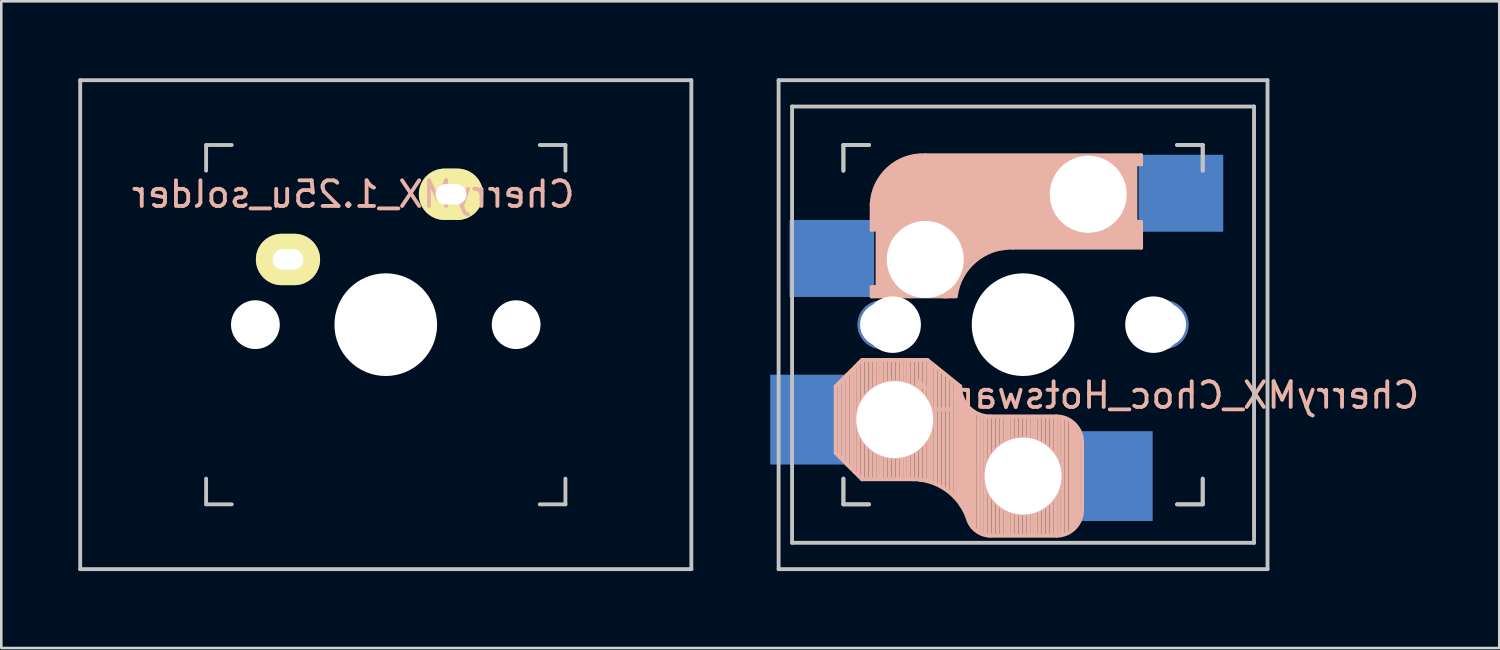
<source format=kicad_pcb>
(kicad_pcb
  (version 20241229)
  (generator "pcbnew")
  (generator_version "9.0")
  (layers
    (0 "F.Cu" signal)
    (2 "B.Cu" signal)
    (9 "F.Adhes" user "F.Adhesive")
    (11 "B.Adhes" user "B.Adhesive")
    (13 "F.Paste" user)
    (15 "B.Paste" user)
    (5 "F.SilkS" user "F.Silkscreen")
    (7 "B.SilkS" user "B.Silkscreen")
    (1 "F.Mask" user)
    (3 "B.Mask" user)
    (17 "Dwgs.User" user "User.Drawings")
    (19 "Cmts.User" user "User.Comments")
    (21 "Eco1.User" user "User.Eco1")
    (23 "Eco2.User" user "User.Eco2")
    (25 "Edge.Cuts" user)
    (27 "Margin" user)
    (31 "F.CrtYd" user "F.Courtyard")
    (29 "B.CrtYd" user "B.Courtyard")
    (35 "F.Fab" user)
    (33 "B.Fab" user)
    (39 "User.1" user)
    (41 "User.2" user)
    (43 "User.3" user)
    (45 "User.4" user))
  (footprint "CherryMX_1.25u_solder"
    (layer "F.Cu")
    (at 11.981 9.6)
    (property "Reference" "CherryMX_1.25u_solder" (at -1.27 -5.08 180) (layer "B.SilkS") (effects (font (size 1 1) (thickness 0.15)) (justify mirror)))
    (attr through_hole)
    (fp_line (start -11.906 -9.525) (end 11.906 -9.525) (stroke (width 0.15) (type solid)) (layer "Dwgs.User"))
    (fp_line (start -11.906 9.525) (end -11.906 -9.525) (stroke (width 0.15) (type solid)) (layer "Dwgs.User"))
    (fp_line (start -7 -7) (end -6 -7) (stroke (width 0.15) (type solid)) (layer "Dwgs.User"))
    (fp_line (start -7 -6) (end -7 -7) (stroke (width 0.15) (type solid)) (layer "Dwgs.User"))
    (fp_line (start -7 6) (end -7 7) (stroke (width 0.15) (type solid)) (layer "Dwgs.User"))
    (fp_line (start -6 7) (end -7 7) (stroke (width 0.15) (type solid)) (layer "Dwgs.User"))
    (fp_line (start 6 7) (end 7 7) (stroke (width 0.15) (type solid)) (layer "Dwgs.User"))
    (fp_line (start 7 -7) (end 6 -7) (stroke (width 0.15) (type solid)) (layer "Dwgs.User"))
    (fp_line (start 7 -6) (end 7 -7) (stroke (width 0.15) (type solid)) (layer "Dwgs.User"))
    (fp_line (start 7 7) (end 7 6) (stroke (width 0.15) (type solid)) (layer "Dwgs.User"))
    (fp_line (start 11.906 -9.525) (end 11.906 9.525) (stroke (width 0.15) (type solid)) (layer "Dwgs.User"))
    (fp_line (start 11.906 9.525) (end -11.906 9.525) (stroke (width 0.15) (type solid)) (layer "Dwgs.User"))
    (pad "" np_thru_hole circle (at -5.08 0 90) (size 1.9 1.9) (drill 1.9) (layers "*.Cu" "*.Mask"))
    (pad "" np_thru_hole circle (at 0 0 90) (size 4 4) (drill 4) (layers "*.Cu" "*.Mask"))
    (pad "" np_thru_hole circle (at 5.08 0 90) (size 1.9 1.9) (drill 1.9) (layers "*.Cu" "*.Mask"))
    (pad "1" thru_hole oval (at -3.81 -2.54) (size 2.5 2) (drill oval 1.2 0.8) (layers "*.Cu" "B.Mask" "F.SilkS"))
    (pad "2" thru_hole oval (at 2.54 -5.08) (size 2.5 2) (drill oval 1.2 0.8) (layers "*.Cu" "B.Mask" "F.SilkS")))
  (footprint "CherryMX_Choc_Hotswap_1u"
    (layer "F.Cu")
    (at 36.812 9.6)
    (property "Reference" "CherryMX_Choc_Hotswap_1u" (at 5 2.75 0) (layer "B.SilkS") (effects (font (size 1 1) (thickness 0.15)) (justify mirror)))
    (attr smd)
    (fp_line (start -7.3 2.4) (end -7.3 5) (stroke (width 0.15) (type solid)) (layer "B.SilkS"))
    (fp_line (start -7.3 2.4) (end -6.275 1.375) (stroke (width 0.15) (type solid)) (layer "B.SilkS"))
    (fp_line (start -7.3 5) (end -6.275 6.025) (stroke (width 0.15) (type solid)) (layer "B.SilkS"))
    (fp_line (start -7.15 5.15) (end -7.15 2.25) (stroke (width 0.15) (type solid)) (layer "B.SilkS"))
    (fp_line (start -7 5.25) (end -7 2.1) (stroke (width 0.15) (type solid)) (layer "B.SilkS"))
    (fp_line (start -6.85 5.45) (end -6.85 1.95) (stroke (width 0.15) (type solid)) (layer "B.SilkS"))
    (fp_line (start -6.7 5.6) (end -6.7 1.8) (stroke (width 0.15) (type solid)) (layer "B.SilkS"))
    (fp_line (start -6.55 5.75) (end -6.55 1.65) (stroke (width 0.15) (type solid)) (layer "B.SilkS"))
    (fp_line (start -6.4 5.85) (end -6.4 1.5) (stroke (width 0.15) (type solid)) (layer "B.SilkS"))
    (fp_line (start -6.25 6) (end -6.25 1.4) (stroke (width 0.15) (type solid)) (layer "B.SilkS"))
    (fp_line (start -6.1 6) (end -6.1 1.4) (stroke (width 0.15) (type solid)) (layer "B.SilkS"))
    (fp_line (start -5.95 6) (end -5.95 1.4) (stroke (width 0.15) (type solid)) (layer "B.SilkS"))
    (fp_line (start -5.9 -4.7) (end -5.9 -3.7) (stroke (width 0.15) (type solid)) (layer "B.SilkS"))
    (fp_line (start -5.9 -3.7) (end -5.7 -3.7) (stroke (width 0.15) (type solid)) (layer "B.SilkS"))
    (fp_line (start -5.9 -1.1) (end -5.9 -1.46) (stroke (width 0.15) (type solid)) (layer "B.SilkS"))
    (fp_line (start -5.9 -1.1) (end -2.62 -1.1) (stroke (width 0.15) (type solid)) (layer "B.SilkS"))
    (fp_line (start -5.8 -3.8) (end -5.8 -4.7) (stroke (width 0.3) (type solid)) (layer "B.SilkS"))
    (fp_line (start -5.8 6) (end -5.8 1.4) (stroke (width 0.15) (type solid)) (layer "B.SilkS"))
    (fp_line (start -5.7 -1.46) (end -5.9 -1.46) (stroke (width 0.15) (type solid)) (layer "B.SilkS"))
    (fp_line (start -5.7 -1.3) (end -3 -1.3) (stroke (width 0.5) (type solid)) (layer "B.SilkS"))
    (fp_line (start -5.67 -3.7) (end -5.67 -1.46) (stroke (width 0.15) (type solid)) (layer "B.SilkS"))
    (fp_line (start -5.65 6) (end -5.65 1.4) (stroke (width 0.15) (type solid)) (layer "B.SilkS"))
    (fp_line (start -5.5 6) (end -5.5 1.4) (stroke (width 0.15) (type solid)) (layer "B.SilkS"))
    (fp_line (start -5.35 6) (end -5.35 1.4) (stroke (width 0.15) (type solid)) (layer "B.SilkS"))
    (fp_line (start -5.3 -1.6) (end -5.3 -3.4) (stroke (width 0.8) (type solid)) (layer "B.SilkS"))
    (fp_line (start -5.2 6) (end -5.2 1.4) (stroke (width 0.15) (type solid)) (layer "B.SilkS"))
    (fp_line (start -5.05 6) (end -5.05 1.4) (stroke (width 0.15) (type solid)) (layer "B.SilkS"))
    (fp_line (start -4.9 6) (end -4.9 1.4) (stroke (width 0.15) (type solid)) (layer "B.SilkS"))
    (fp_line (start -4.75 6) (end -4.75 1.4) (stroke (width 0.15) (type solid)) (layer "B.SilkS"))
    (fp_line (start -4.6 6) (end -4.6 1.4) (stroke (width 0.15) (type solid)) (layer "B.SilkS"))
    (fp_line (start -4.45 6) (end -4.45 1.4) (stroke (width 0.15) (type solid)) (layer "B.SilkS"))
    (fp_line (start -4.3 6) (end -4.3 1.4) (stroke (width 0.15) (type solid)) (layer "B.SilkS"))
    (fp_line (start -4.3 6.025) (end -6.275 6.025) (stroke (width 0.15) (type solid)) (layer "B.SilkS"))
    (fp_line (start -4.17 -5.1) (end -4.17 -2.86) (stroke (width 3) (type solid)) (layer "B.SilkS"))
    (fp_line (start -4.15 6) (end -4.15 1.45) (stroke (width 0.15) (type solid)) (layer "B.SilkS"))
    (fp_line (start -4 6.05) (end -4 1.4) (stroke (width 0.15) (type solid)) (layer "B.SilkS"))
    (fp_line (start -3.85 6.05) (end -3.85 1.4) (stroke (width 0.15) (type solid)) (layer "B.SilkS"))
    (fp_line (start -3.725 1.375) (end -6.275 1.375) (stroke (width 0.15) (type solid)) (layer "B.SilkS"))
    (fp_line (start -3.725 1.375) (end -2.45 2.4) (stroke (width 0.15) (type solid)) (layer "B.SilkS"))
    (fp_line (start -3.7 6.05) (end -3.7 1.45) (stroke (width 0.15) (type solid)) (layer "B.SilkS"))
    (fp_line (start -3.55 6.1) (end -3.55 1.55) (stroke (width 0.15) (type solid)) (layer "B.SilkS"))
    (fp_line (start -3.4 6.2) (end -3.4 1.65) (stroke (width 0.15) (type solid)) (layer "B.SilkS"))
    (fp_line (start -3.25 6.25) (end -3.25 1.8) (stroke (width 0.15) (type solid)) (layer "B.SilkS"))
    (fp_line (start -3.1 6.35) (end -3.1 1.9) (stroke (width 0.15) (type solid)) (layer "B.SilkS"))
    (fp_line (start -2.95 6.45) (end -2.95 2.05) (stroke (width 0.15) (type solid)) (layer "B.SilkS"))
    (fp_line (start -2.8 6.55) (end -2.8 2.15) (stroke (width 0.15) (type solid)) (layer "B.SilkS"))
    (fp_line (start -2.65 6.7) (end -2.65 2.25) (stroke (width 0.15) (type solid)) (layer "B.SilkS"))
    (fp_line (start -2.5 6.85) (end -2.5 2.4) (stroke (width 0.15) (type solid)) (layer "B.SilkS"))
    (fp_line (start -2.4 7.05) (end -2.4 2.9) (stroke (width 0.15) (type solid)) (layer "B.SilkS"))
    (fp_line (start -2.3 7.2) (end -2.3 3.05) (stroke (width 0.15) (type solid)) (layer "B.SilkS"))
    (fp_line (start -2.2 7.4) (end -2.2 3.25) (stroke (width 0.15) (type solid)) (layer "B.SilkS"))
    (fp_line (start -2.1 7.55) (end -2.1 3.35) (stroke (width 0.15) (type solid)) (layer "B.SilkS"))
    (fp_line (start -2 7.8) (end -2 3.4) (stroke (width 0.15) (type solid)) (layer "B.SilkS"))
    (fp_line (start -1.9 7.95) (end -1.9 3.45) (stroke (width 0.15) (type solid)) (layer "B.SilkS"))
    (fp_line (start -1.75 8.05) (end -1.75 3.5) (stroke (width 0.15) (type solid)) (layer "B.SilkS"))
    (fp_line (start -1.6 8.15) (end -1.6 3.6) (stroke (width 0.15) (type solid)) (layer "B.SilkS"))
    (fp_line (start -1.45 8.2) (end -1.45 3.6) (stroke (width 0.15) (type solid)) (layer "B.SilkS"))
    (fp_line (start -1.3 8.2) (end -1.3 3.6) (stroke (width 0.15) (type solid)) (layer "B.SilkS"))
    (fp_line (start -1.15 8.2) (end -1.15 3.65) (stroke (width 0.15) (type solid)) (layer "B.SilkS"))
    (fp_line (start -1 8.2) (end -1 3.6) (stroke (width 0.15) (type solid)) (layer "B.SilkS"))
    (fp_line (start -0.85 8.2) (end -0.85 3.6) (stroke (width 0.15) (type solid)) (layer "B.SilkS"))
    (fp_line (start -0.7 8.2) (end -0.7 3.6) (stroke (width 0.15) (type solid)) (layer "B.SilkS"))
    (fp_line (start -0.55 8.2) (end -0.55 3.6) (stroke (width 0.15) (type solid)) (layer "B.SilkS"))
    (fp_line (start -0.4 -3) (end 4.6 -3) (stroke (width 0.15) (type solid)) (layer "B.SilkS"))
    (fp_line (start -0.4 8.2) (end -0.4 3.6) (stroke (width 0.15) (type solid)) (layer "B.SilkS"))
    (fp_line (start -0.25 8.2) (end -0.25 3.6) (stroke (width 0.15) (type solid)) (layer "B.SilkS"))
    (fp_line (start -0.1 8.2) (end -0.1 3.6) (stroke (width 0.15) (type solid)) (layer "B.SilkS"))
    (fp_line (start 0.05 8.2) (end 0.05 3.6) (stroke (width 0.15) (type solid)) (layer "B.SilkS"))
    (fp_line (start 0.2 8.2) (end 0.2 3.6) (stroke (width 0.15) (type solid)) (layer "B.SilkS"))
    (fp_line (start 0.35 8.2) (end 0.35 3.6) (stroke (width 0.15) (type solid)) (layer "B.SilkS"))
    (fp_line (start 0.5 8.2) (end 0.5 3.6) (stroke (width 0.15) (type solid)) (layer "B.SilkS"))
    (fp_line (start 0.65 8.2) (end 0.65 3.6) (stroke (width 0.15) (type solid)) (layer "B.SilkS"))
    (fp_line (start 0.8 8.2) (end 0.8 3.6) (stroke (width 0.15) (type solid)) (layer "B.SilkS"))
    (fp_line (start 0.95 8.2) (end 0.95 3.6) (stroke (width 0.15) (type solid)) (layer "B.SilkS"))
    (fp_line (start 1.1 8.2) (end 1.1 3.6) (stroke (width 0.15) (type solid)) (layer "B.SilkS"))
    (fp_line (start 1.25 8.2) (end 1.25 3.6) (stroke (width 0.15) (type solid)) (layer "B.SilkS"))
    (fp_line (start 1.3 3.575) (end -1.275 3.575) (stroke (width 0.15) (type solid)) (layer "B.SilkS"))
    (fp_line (start 1.3 8.225) (end -1.3 8.225) (stroke (width 0.15) (type solid)) (layer "B.SilkS"))
    (fp_line (start 1.4 8.2) (end 1.4 3.65) (stroke (width 0.15) (type solid)) (layer "B.SilkS"))
    (fp_line (start 1.55 8.15) (end 1.55 3.65) (stroke (width 0.15) (type solid)) (layer "B.SilkS"))
    (fp_line (start 1.7 8.1) (end 1.7 3.7) (stroke (width 0.15) (type solid)) (layer "B.SilkS"))
    (fp_line (start 1.85 8) (end 1.85 3.8) (stroke (width 0.15) (type solid)) (layer "B.SilkS"))
    (fp_line (start 1.95 7.9) (end 1.95 3.95) (stroke (width 0.15) (type solid)) (layer "B.SilkS"))
    (fp_line (start 2.05 7.8) (end 2.05 4.05) (stroke (width 0.15) (type solid)) (layer "B.SilkS"))
    (fp_line (start 2.15 7.65) (end 2.15 4.1) (stroke (width 0.15) (type solid)) (layer "B.SilkS"))
    (fp_line (start 2.3 4.575) (end 2.3 7.225) (stroke (width 0.15) (type solid)) (layer "B.SilkS"))
    (fp_line (start 2.6 -4.8) (end -4.1 -4.8) (stroke (width 3.5) (type solid)) (layer "B.SilkS"))
    (fp_line (start 3.9 -6) (end 3.9 -3.5) (stroke (width 1) (type solid)) (layer "B.SilkS"))
    (fp_line (start 4.3 -3.3) (end 2.9 -3.3) (stroke (width 0.5) (type solid)) (layer "B.SilkS"))
    (fp_line (start 4.38 -4) (end 4.38 -6.25) (stroke (width 0.15) (type solid)) (layer "B.SilkS"))
    (fp_line (start 4.4 -6.4) (end 3 -6.4) (stroke (width 0.4) (type solid)) (layer "B.SilkS"))
    (fp_line (start 4.4 -6.25) (end 4.6 -6.25) (stroke (width 0.15) (type solid)) (layer "B.SilkS"))
    (fp_line (start 4.4 -3.9) (end 4.4 -3.2) (stroke (width 0.4) (type solid)) (layer "B.SilkS"))
    (fp_line (start 4.6 -6.6) (end -3.8 -6.6) (stroke (width 0.15) (type solid)) (layer "B.SilkS"))
    (fp_line (start 4.6 -6.25) (end 4.6 -6.6) (stroke (width 0.15) (type solid)) (layer "B.SilkS"))
    (fp_line (start 4.6 -4) (end 4.4 -4) (stroke (width 0.15) (type solid)) (layer "B.SilkS"))
    (fp_line (start 4.6 -3) (end 4.6 -4) (stroke (width 0.15) (type solid)) (layer "B.SilkS"))
    (fp_arc (start -5.9 -4.699999) (mid -5.243504 -6.084924) (end -3.800001 -6.6) (stroke (width 0.15) (type solid)) (layer "B.SilkS"))
    (fp_arc (start -4.3 6.025) (mid -2.995114 6.436429) (end -2.162199 7.521904) (stroke (width 0.15) (type solid)) (layer "B.SilkS"))
    (fp_arc (start -3.016318 -1.521471) (mid -2.268709 -2.886118) (end -0.8 -3.4) (stroke (width 1) (type solid)) (layer "B.SilkS"))
    (fp_arc (start -2.616318 -1.121471) (mid -1.868709 -2.486118) (end -0.4 -3) (stroke (width 0.15) (type solid)) (layer "B.SilkS"))
    (fp_arc (start -1.300995 8.223791) (mid -1.848284 8.016021) (end -2.162199 7.521904) (stroke (width 0.15) (type solid)) (layer "B.SilkS"))
    (fp_arc (start -1.275 3.575) (mid -2.10585 3.23085) (end -2.45 2.4) (stroke (width 0.15) (type solid)) (layer "B.SilkS"))
    (fp_arc (start 1.3 3.575) (mid 2.007107 3.867893) (end 2.3 4.575) (stroke (width 0.15) (type solid)) (layer "B.SilkS"))
    (fp_arc (start 2.3 7.225) (mid 2.007107 7.932107) (end 1.3 8.225) (stroke (width 0.15) (type solid)) (layer "B.SilkS"))
    (fp_line (start -9.525 -9.525) (end 9.525 -9.525) (stroke (width 0.15) (type solid)) (layer "Dwgs.User"))
    (fp_line (start -9.525 9.525) (end -9.525 -9.525) (stroke (width 0.15) (type solid)) (layer "Dwgs.User"))
    (fp_line (start -9 -8.5) (end 9 -8.5) (stroke (width 0.15) (type solid)) (layer "Dwgs.User"))
    (fp_line (start -9 8.5) (end -9 -8.5) (stroke (width 0.15) (type solid)) (layer "Dwgs.User"))
    (fp_line (start -7 -7) (end -6 -7) (stroke (width 0.15) (type solid)) (layer "Dwgs.User"))
    (fp_line (start -7 -7) (end -6 -7) (stroke (width 0.15) (type solid)) (layer "Dwgs.User"))
    (fp_line (start -7 -6) (end -7 -7) (stroke (width 0.15) (type solid)) (layer "Dwgs.User"))
    (fp_line (start -7 -6) (end -7 -7) (stroke (width 0.15) (type solid)) (layer "Dwgs.User"))
    (fp_line (start -7 6) (end -7 7) (stroke (width 0.15) (type solid)) (layer "Dwgs.User"))
    (fp_line (start -7 7) (end -7 6) (stroke (width 0.15) (type solid)) (layer "Dwgs.User"))
    (fp_line (start -7 7) (end -6 7) (stroke (width 0.15) (type solid)) (layer "Dwgs.User"))
    (fp_line (start -6 7) (end -7 7) (stroke (width 0.15) (type solid)) (layer "Dwgs.User"))
    (fp_line (start 6 7) (end 7 7) (stroke (width 0.15) (type solid)) (layer "Dwgs.User"))
    (fp_line (start 6 7) (end 7 7) (stroke (width 0.15) (type solid)) (layer "Dwgs.User"))
    (fp_line (start 7 -7) (end 6 -7) (stroke (width 0.15) (type solid)) (layer "Dwgs.User"))
    (fp_line (start 7 -7) (end 6 -7) (stroke (width 0.15) (type solid)) (layer "Dwgs.User"))
    (fp_line (start 7 -7) (end 7 -6) (stroke (width 0.15) (type solid)) (layer "Dwgs.User"))
    (fp_line (start 7 -6) (end 7 -7) (stroke (width 0.15) (type solid)) (layer "Dwgs.User"))
    (fp_line (start 7 7) (end 7 6) (stroke (width 0.15) (type solid)) (layer "Dwgs.User"))
    (fp_line (start 7 7) (end 7 6) (stroke (width 0.15) (type solid)) (layer "Dwgs.User"))
    (fp_line (start 9 -8.5) (end 9 8.5) (stroke (width 0.15) (type solid)) (layer "Dwgs.User"))
    (fp_line (start 9 8.5) (end -9 8.5) (stroke (width 0.15) (type solid)) (layer "Dwgs.User"))
    (fp_line (start 9.525 -9.525) (end 9.525 9.525) (stroke (width 0.15) (type solid)) (layer "Dwgs.User"))
    (fp_line (start 9.525 9.525) (end -9.525 9.525) (stroke (width 0.15) (type solid)) (layer "Dwgs.User"))
    (pad "" np_thru_hole circle (at -5.5 0 90) (size 1.9 1.9) (drill 1.7) (layers "*.Cu" "*.Mask"))
    (pad "" np_thru_hole circle (at -5.08 0) (size 2.2 2.2) (drill 2.2) (layers "*.Cu" "*.Mask"))
    (pad "" np_thru_hole circle (at -5 3.7 90) (size 3.1 3.1) (drill 3) (layers "*.Cu" "*.Mask"))
    (pad "" np_thru_hole circle (at -3.81 -2.54 180) (size 3 3) (drill 3) (layers "*.Cu" "*.Mask"))
    (pad "" np_thru_hole circle (at 0 0 90) (size 4 4) (drill 4) (layers "*.Cu" "*.Mask"))
    (pad "" np_thru_hole circle (at 0 5.9 90) (size 3.1 3.1) (drill 3) (layers "*.Cu" "*.Mask"))
    (pad "" np_thru_hole circle (at 2.54 -5.08 180) (size 3 3) (drill 3) (layers "*.Cu" "*.Mask"))
    (pad "" np_thru_hole circle (at 5.08 0) (size 2.2 2.2) (drill 2.2) (layers "*.Cu" "*.Mask"))
    (pad "" np_thru_hole circle (at 5.5 0 90) (size 1.9 1.9) (drill 1.7) (layers "*.Cu" "*.Mask"))
    (pad "1" smd rect (at -8.35 3.7 180) (size 3 3.5) (layers "B.Cu" "B.Mask" "B.Paste"))
    (pad "1" smd rect (at -7 -2.58 180) (size 3.3 3) (drill (offset 0.45 0)) (layers "B.Cu" "B.Mask" "B.Paste"))
    (pad "2" smd rect (at 3.55 5.9 180) (size 3 3.5) (layers "B.Cu" "B.Mask" "B.Paste"))
    (pad "2" smd rect (at 5.7 -5.12 180) (size 3.3 3) (drill (offset -0.45 0)) (layers "B.Cu" "B.Mask" "B.Paste")))
  (gr_rect
    (start -3 -3)
    (end 55.366 22.2)
    (stroke (width 0.1) (type default))
    (fill no)
    (layer "Edge.Cuts")))
</source>
